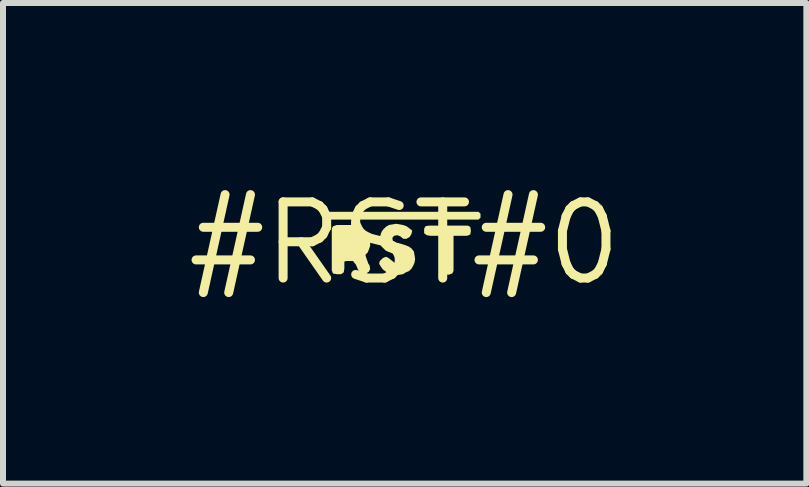
<source format=kicad_pcb>
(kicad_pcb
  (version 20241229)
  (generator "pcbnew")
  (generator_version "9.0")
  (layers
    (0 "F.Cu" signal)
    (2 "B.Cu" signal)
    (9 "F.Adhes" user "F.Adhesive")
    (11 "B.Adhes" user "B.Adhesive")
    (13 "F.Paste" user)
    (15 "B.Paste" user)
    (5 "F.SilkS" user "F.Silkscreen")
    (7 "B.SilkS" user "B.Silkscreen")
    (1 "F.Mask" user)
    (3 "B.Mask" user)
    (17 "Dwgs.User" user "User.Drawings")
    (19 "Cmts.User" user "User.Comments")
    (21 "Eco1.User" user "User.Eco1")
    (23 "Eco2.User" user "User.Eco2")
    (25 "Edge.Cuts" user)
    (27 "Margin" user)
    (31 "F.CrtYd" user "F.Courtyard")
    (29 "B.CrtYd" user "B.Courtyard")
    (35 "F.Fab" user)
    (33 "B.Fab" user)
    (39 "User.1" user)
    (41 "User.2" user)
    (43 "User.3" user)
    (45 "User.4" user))
  (footprint "#RST#0"
    (layer "F.Cu")
    (at 3.696 1.006)
    (property "Reference" "#RST#0" (at 0 0 0) (layer "F.SilkS") (effects (font (size 1.27 1.27) (thickness 0.15))))
    (fp_poly (pts (xy 1.265 -0.492) (xy 1.265 -0.428) (xy 1.232 -0.395) (xy -1.255 -0.395) (xy -1.265 -0.525) (xy 1.232 -0.525)) (stroke (width 0) (type solid)) (fill yes) (layer "F.SilkS"))
    (fp_poly (pts (xy 1.095 -0.273) (xy 1.105 -0.21) (xy 1.094 -0.146) (xy 1.041 -0.125) (xy 0.815 -0.125) (xy 0.815 0.461) (xy 0.794 0.504) (xy 0.73 0.525) (xy 0.668 0.515) (xy 0.625 0.483) (xy 0.615 0.43) (xy 0.615 -0.089) (xy 0.597 -0.125) (xy 0.43 -0.125) (xy 0.368 -0.135) (xy 0.325 -0.168) (xy 0.325 -0.241) (xy 0.347 -0.285) (xy 0.41 -0.295) (xy 1.051 -0.295)) (stroke (width 0) (type solid)) (fill yes) (layer "F.SilkS"))
    (fp_poly (pts (xy -0.778 -0.285) (xy -0.727 -0.264) (xy -0.681 -0.227) (xy -0.68 -0.227) (xy -0.677 -0.224) (xy -0.673 -0.221) (xy -0.673 -0.22) (xy -0.636 -0.183) (xy -0.606 -0.132) (xy -0.585 -0.081) (xy -0.575 -0.02) (xy -0.575 0.041) (xy -0.595 0.102) (xy -0.616 0.153) (xy -0.654 0.192) (xy -0.645 0.229) (xy -0.606 0.338) (xy -0.585 0.368) (xy -0.575 0.431) (xy -0.596 0.473) (xy -0.658 0.515) (xy -0.711 0.525) (xy -0.754 0.493) (xy -0.814 0.353) (xy -0.862 0.295) (xy -0.969 0.295) (xy -1.005 0.304) (xy -1.005 0.42) (xy -1.015 0.483) (xy -1.058 0.515) (xy -1.13 0.515) (xy -1.194 0.504) (xy -1.215 0.451) (xy -1.215 -0.241) (xy -1.194 -0.284) (xy -1.131 -0.305) (xy -0.839 -0.305)) (stroke (width 0) (type solid)) (fill yes) (layer "F.SilkS"))
    (fp_poly (pts (xy -0.079 -0.315) (xy -0.029 -0.305) (xy 0.032 -0.284) (xy 0.073 -0.254) (xy 0.126 -0.212) (xy 0.115 -0.158) (xy 0.084 -0.106) (xy 0.031 -0.075) (xy -0.022 -0.075) (xy -0.073 -0.116) (xy -0.121 -0.135) (xy -0.177 -0.125) (xy -0.205 -0.089) (xy -0.196 -0.034) (xy -0.148 -0.015) (xy -0.039 0.015) (xy 0.022 0.035) (xy 0.072 0.056) (xy 0.114 0.086) (xy 0.155 0.138) (xy 0.165 0.199) (xy 0.175 0.26) (xy 0.165 0.321) (xy 0.144 0.372) (xy 0.114 0.423) (xy 0.073 0.464) (xy 0.022 0.484) (xy -0.028 0.515) (xy -0.09 0.525) (xy -0.15 0.525) (xy -0.201 0.515) (xy -0.262 0.505) (xy -0.313 0.474) (xy -0.364 0.434) (xy -0.394 0.393) (xy -0.425 0.341) (xy -0.415 0.297) (xy -0.363 0.246) (xy -0.31 0.225) (xy -0.267 0.246) (xy -0.217 0.286) (xy -0.168 0.325) (xy -0.111 0.325) (xy -0.054 0.306) (xy -0.035 0.269) (xy -0.044 0.223) (xy -0.092 0.195) (xy -0.151 0.185) (xy -0.212 0.165) (xy -0.262 0.145) (xy -0.313 0.124) (xy -0.354 0.084) (xy -0.395 0.042) (xy -0.405 -0.019) (xy -0.415 -0.08) (xy -0.405 -0.131) (xy -0.384 -0.192) (xy -0.354 -0.233) (xy -0.313 -0.274) (xy -0.262 -0.305) (xy -0.14 -0.325)) (stroke (width 0) (type solid)) (fill yes) (layer "F.SilkS")))
  (gr_rect
    (start -3 -3)
    (end 10.393 5.012)
    (stroke (width 0.1) (type default))
    (fill no)
    (layer "Edge.Cuts")))
</source>
